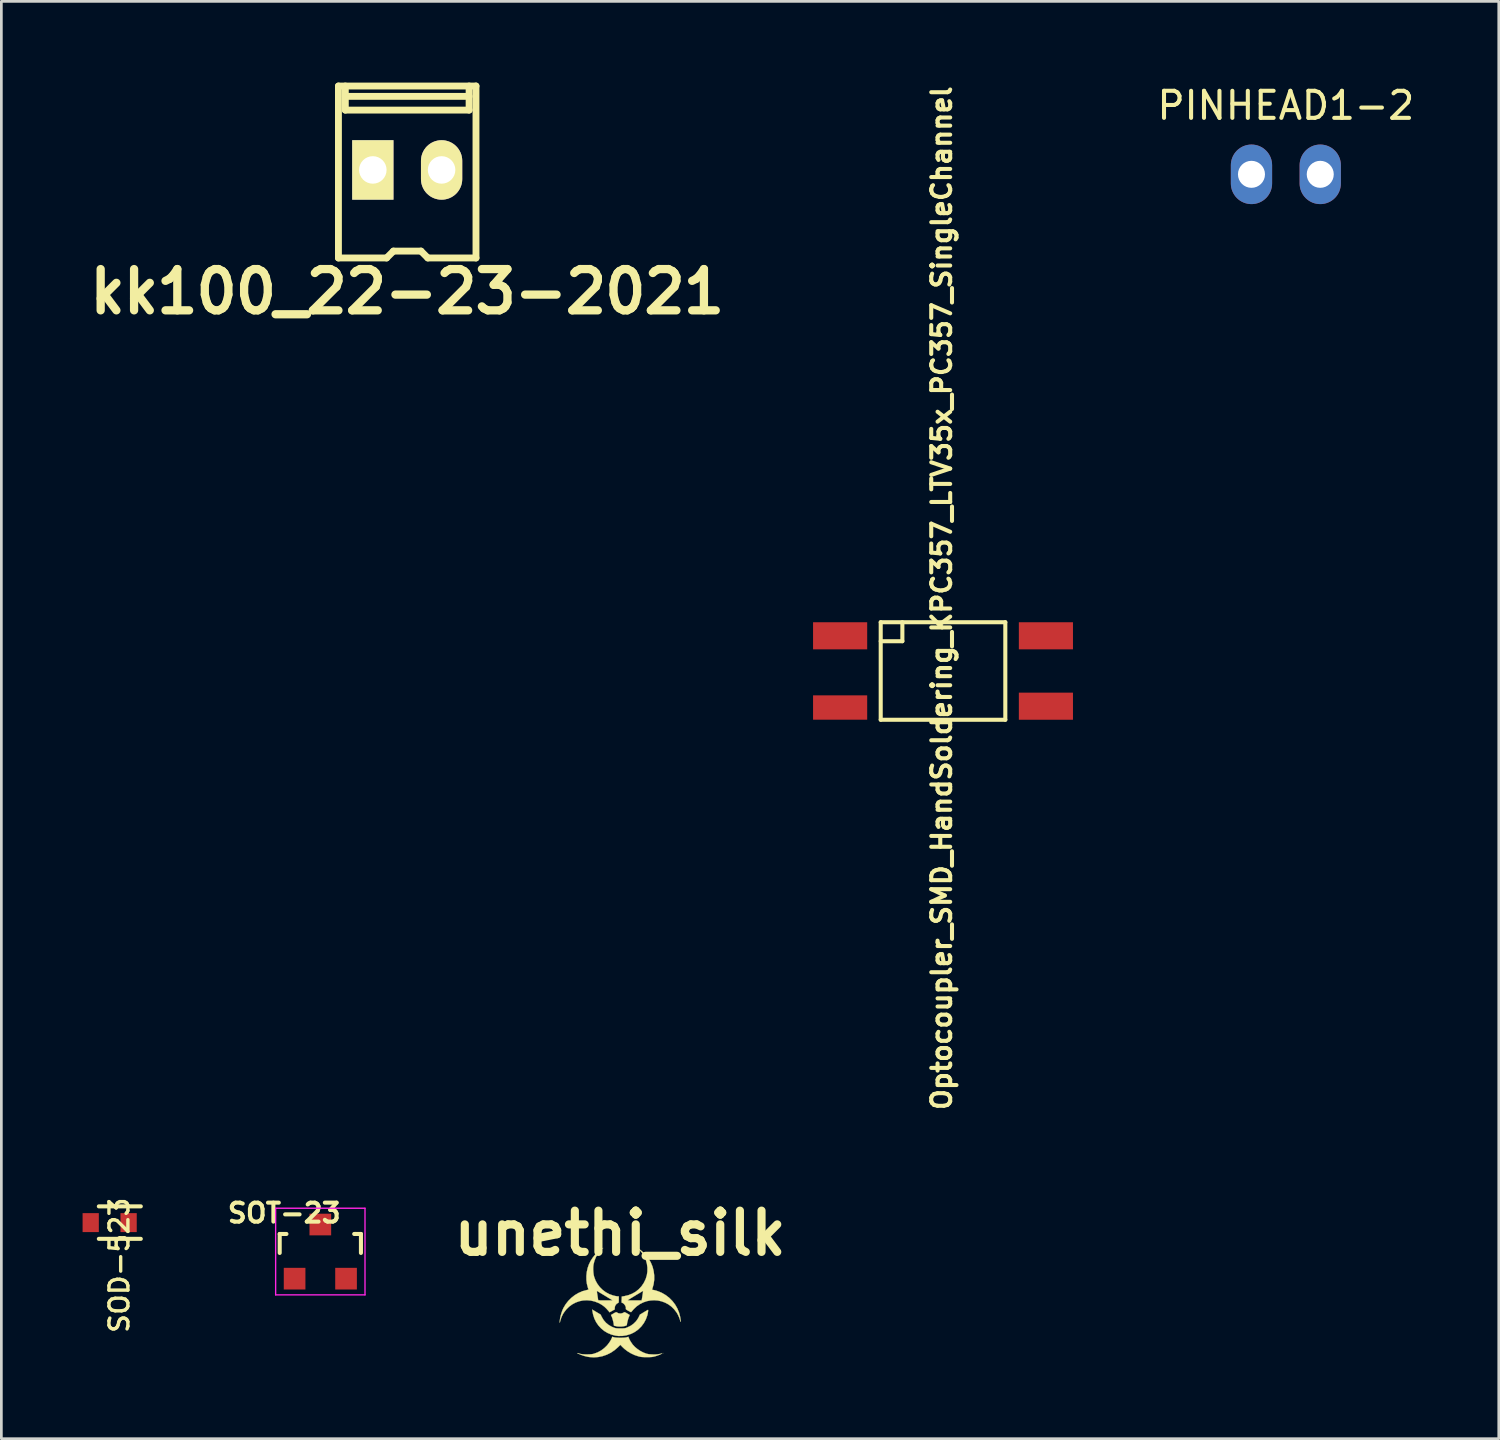
<source format=kicad_pcb>
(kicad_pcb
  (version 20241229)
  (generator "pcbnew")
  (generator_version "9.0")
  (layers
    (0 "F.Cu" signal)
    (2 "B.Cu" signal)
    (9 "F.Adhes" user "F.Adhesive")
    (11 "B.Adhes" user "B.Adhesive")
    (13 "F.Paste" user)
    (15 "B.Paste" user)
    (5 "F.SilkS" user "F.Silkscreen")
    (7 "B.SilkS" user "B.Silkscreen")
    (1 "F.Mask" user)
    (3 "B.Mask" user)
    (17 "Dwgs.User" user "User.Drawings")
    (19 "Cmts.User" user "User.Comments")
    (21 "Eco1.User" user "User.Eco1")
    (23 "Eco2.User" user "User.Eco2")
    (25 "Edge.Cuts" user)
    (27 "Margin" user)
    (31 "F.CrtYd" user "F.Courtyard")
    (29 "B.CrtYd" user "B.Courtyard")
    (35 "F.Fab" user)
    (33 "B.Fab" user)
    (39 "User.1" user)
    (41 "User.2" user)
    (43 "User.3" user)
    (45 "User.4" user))
  (footprint "unethi_silk"
    (layer "F.Cu")
    (at 19.849 45.035)
    (property "Reference" "unethi_silk" (at 0 -2.54 0) (layer "F.SilkS") (effects (font (size 1.524 1.524) (thickness 0.3))))
    (attr through_hole)
    (fp_poly (pts (xy 1.593 1.888) (xy 1.587 1.893) (xy 1.582 1.888) (xy 1.587 1.882) (xy 1.593 1.888)) (stroke (width 0.01) (type solid)) (fill yes) (layer "F.SilkS"))
    (fp_poly (pts (xy -0.627 -1.99) (xy -0.629 -1.986) (xy -0.64 -1.975) (xy -0.642 -1.974) (xy -0.643 -1.982) (xy -0.641 -1.986) (xy -0.63 -1.997) (xy -0.628 -1.997) (xy -0.627 -1.99)) (stroke (width 0.01) (type solid)) (fill yes) (layer "F.SilkS"))
    (fp_poly (pts (xy -0.127 0.38) (xy -0.064 0.414) (xy 0.005 0.426) (xy 0.074 0.417) (xy 0.139 0.388) (xy 0.15 0.38) (xy 0.163 0.376) (xy 0.184 0.381) (xy 0.216 0.396) (xy 0.26 0.422) (xy 0.301 0.446) (xy 0.333 0.465) (xy 0.352 0.477) (xy 0.356 0.479) (xy 0.353 0.491) (xy 0.343 0.515) (xy 0.335 0.532) (xy 0.32 0.567) (xy 0.303 0.616) (xy 0.287 0.673) (xy 0.272 0.73) (xy 0.261 0.782) (xy 0.255 0.821) (xy 0.254 0.831) (xy 0.251 0.85) (xy 0.24 0.863) (xy 0.214 0.875) (xy 0.193 0.882) (xy 0.128 0.897) (xy 0.05 0.906) (xy -0.031 0.907) (xy -0.105 0.901) (xy -0.133 0.895) (xy -0.172 0.886) (xy -0.203 0.88) (xy -0.216 0.878) (xy -0.227 0.867) (xy -0.231 0.84) (xy -0.231 0.839) (xy -0.235 0.802) (xy -0.244 0.751) (xy -0.259 0.692) (xy -0.275 0.632) (xy -0.292 0.578) (xy -0.309 0.537) (xy -0.311 0.532) (xy -0.325 0.502) (xy -0.333 0.483) (xy -0.333 0.479) (xy -0.322 0.472) (xy -0.296 0.457) (xy -0.259 0.435) (xy -0.237 0.422) (xy -0.19 0.395) (xy -0.159 0.381) (xy -0.139 0.376) (xy -0.127 0.38)) (stroke (width 0.01) (type solid)) (fill yes) (layer "F.SilkS"))
    (fp_poly (pts (xy -0.873 0.371) (xy -0.719 0.463) (xy -0.669 0.563) (xy -0.604 0.67) (xy -0.52 0.766) (xy -0.42 0.848) (xy -0.305 0.914) (xy -0.208 0.954) (xy -0.175 0.963) (xy -0.138 0.97) (xy -0.092 0.973) (xy -0.031 0.975) (xy 0.017 0.975) (xy 0.083 0.975) (xy 0.131 0.973) (xy 0.168 0.97) (xy 0.199 0.964) (xy 0.23 0.954) (xy 0.268 0.939) (xy 0.273 0.937) (xy 0.392 0.879) (xy 0.498 0.803) (xy 0.589 0.713) (xy 0.662 0.61) (xy 0.694 0.55) (xy 0.733 0.466) (xy 0.877 0.38) (xy 0.928 0.349) (xy 0.973 0.323) (xy 1.008 0.303) (xy 1.028 0.292) (xy 1.031 0.29) (xy 1.037 0.297) (xy 1.037 0.322) (xy 1.034 0.361) (xy 1.026 0.407) (xy 1.016 0.458) (xy 1.004 0.503) (xy 0.951 0.646) (xy 0.878 0.78) (xy 0.787 0.902) (xy 0.678 1.009) (xy 0.635 1.044) (xy 0.511 1.126) (xy 0.376 1.188) (xy 0.233 1.231) (xy 0.087 1.253) (xy -0.061 1.255) (xy -0.169 1.241) (xy -0.318 1.203) (xy -0.457 1.145) (xy -0.584 1.069) (xy -0.698 0.975) (xy -0.798 0.867) (xy -0.882 0.745) (xy -0.948 0.611) (xy -0.995 0.466) (xy -1.02 0.333) (xy -1.027 0.279) (xy -0.873 0.371)) (stroke (width 0.01) (type solid)) (fill yes) (layer "F.SilkS"))
    (fp_poly (pts (xy 0.323 1.326) (xy 0.343 1.374) (xy 0.375 1.433) (xy 0.414 1.495) (xy 0.455 1.555) (xy 0.48 1.587) (xy 0.555 1.665) (xy 0.646 1.739) (xy 0.748 1.807) (xy 0.855 1.863) (xy 0.961 1.904) (xy 0.987 1.912) (xy 1.053 1.925) (xy 1.134 1.933) (xy 1.223 1.937) (xy 1.311 1.937) (xy 1.391 1.931) (xy 1.441 1.923) (xy 1.487 1.914) (xy 1.527 1.905) (xy 1.552 1.9) (xy 1.556 1.899) (xy 1.556 1.901) (xy 1.538 1.911) (xy 1.507 1.927) (xy 1.49 1.935) (xy 1.438 1.957) (xy 1.375 1.981) (xy 1.312 2.001) (xy 1.294 2.006) (xy 1.25 2.018) (xy 1.21 2.026) (xy 1.17 2.031) (xy 1.124 2.034) (xy 1.066 2.036) (xy 0.991 2.036) (xy 0.987 2.036) (xy 0.912 2.036) (xy 0.853 2.034) (xy 0.807 2.031) (xy 0.767 2.026) (xy 0.727 2.018) (xy 0.683 2.007) (xy 0.676 2.005) (xy 0.538 1.959) (xy 0.403 1.896) (xy 0.275 1.818) (xy 0.16 1.73) (xy 0.077 1.651) (xy 0.012 1.581) (xy -0.073 1.666) (xy -0.201 1.778) (xy -0.34 1.872) (xy -0.488 1.945) (xy -0.643 1.999) (xy -0.804 2.032) (xy -0.967 2.044) (xy -1.131 2.033) (xy -1.183 2.025) (xy -1.24 2.013) (xy -1.301 1.998) (xy -1.351 1.984) (xy -1.392 1.97) (xy -1.438 1.952) (xy -1.484 1.933) (xy -1.526 1.915) (xy -1.558 1.9) (xy -1.576 1.89) (xy -1.579 1.886) (xy -1.567 1.888) (xy -1.539 1.896) (xy -1.501 1.907) (xy -1.5 1.908) (xy -1.447 1.92) (xy -1.378 1.929) (xy -1.297 1.934) (xy -1.212 1.935) (xy -1.129 1.933) (xy -1.052 1.927) (xy -0.989 1.917) (xy -0.97 1.912) (xy -0.829 1.861) (xy -0.702 1.793) (xy -0.586 1.706) (xy -0.5 1.624) (xy -0.451 1.568) (xy -0.403 1.504) (xy -0.359 1.438) (xy -0.324 1.376) (xy -0.301 1.324) (xy -0.3 1.321) (xy -0.288 1.284) (xy -0.222 1.303) (xy -0.175 1.312) (xy -0.113 1.318) (xy -0.04 1.321) (xy 0.037 1.322) (xy 0.112 1.32) (xy 0.179 1.315) (xy 0.231 1.307) (xy 0.249 1.302) (xy 0.308 1.284) (xy 0.323 1.326)) (stroke (width 0.01) (type solid)) (fill yes) (layer "F.SilkS"))
    (fp_poly (pts (xy 0.727 -1.939) (xy 0.802 -1.882) (xy 0.88 -1.81) (xy 0.955 -1.73) (xy 1.022 -1.648) (xy 1.055 -1.602) (xy 1.137 -1.457) (xy 1.2 -1.305) (xy 1.241 -1.146) (xy 1.262 -0.983) (xy 1.262 -0.82) (xy 1.24 -0.658) (xy 1.196 -0.5) (xy 1.196 -0.5) (xy 1.179 -0.453) (xy 1.23 -0.445) (xy 1.291 -0.432) (xy 1.365 -0.41) (xy 1.444 -0.381) (xy 1.52 -0.349) (xy 1.552 -0.334) (xy 1.694 -0.25) (xy 1.823 -0.149) (xy 1.937 -0.033) (xy 2.036 0.097) (xy 2.117 0.239) (xy 2.179 0.39) (xy 2.22 0.547) (xy 2.228 0.596) (xy 2.234 0.642) (xy 2.237 0.681) (xy 2.238 0.711) (xy 2.237 0.728) (xy 2.233 0.73) (xy 2.227 0.713) (xy 2.224 0.699) (xy 2.205 0.631) (xy 2.176 0.554) (xy 2.139 0.474) (xy 2.098 0.401) (xy 2.088 0.386) (xy 1.998 0.268) (xy 1.896 0.168) (xy 1.782 0.085) (xy 1.66 0.021) (xy 1.531 -0.026) (xy 1.397 -0.055) (xy 1.261 -0.065) (xy 1.125 -0.057) (xy 0.99 -0.031) (xy 0.859 0.014) (xy 0.734 0.077) (xy 0.616 0.158) (xy 0.509 0.259) (xy 0.466 0.308) (xy 0.439 0.341) (xy 0.417 0.364) (xy 0.405 0.375) (xy 0.404 0.375) (xy 0.391 0.37) (xy 0.363 0.356) (xy 0.324 0.335) (xy 0.302 0.323) (xy 0.258 0.298) (xy 0.231 0.279) (xy 0.217 0.265) (xy 0.214 0.252) (xy 0.215 0.247) (xy 0.216 0.202) (xy 0.2 0.153) (xy 0.172 0.104) (xy 0.135 0.062) (xy 0.093 0.035) (xy 0.092 0.034) (xy 0.057 0.02) (xy 0.059 -0.064) (xy 0.28 -0.064) (xy 0.289 -0.062) (xy 0.318 -0.061) (xy 0.364 -0.059) (xy 0.423 -0.058) (xy 0.493 -0.058) (xy 0.535 -0.058) (xy 0.796 -0.058) (xy 0.802 -0.084) (xy 0.807 -0.109) (xy 0.814 -0.149) (xy 0.822 -0.197) (xy 0.83 -0.251) (xy 0.838 -0.303) (xy 0.845 -0.35) (xy 0.85 -0.386) (xy 0.852 -0.407) (xy 0.852 -0.41) (xy 0.842 -0.405) (xy 0.815 -0.39) (xy 0.775 -0.366) (xy 0.724 -0.336) (xy 0.665 -0.301) (xy 0.601 -0.263) (xy 0.536 -0.223) (xy 0.473 -0.185) (xy 0.413 -0.148) (xy 0.361 -0.116) (xy 0.32 -0.09) (xy 0.292 -0.072) (xy 0.28 -0.064) (xy 0.059 -0.064) (xy 0.06 -0.091) (xy 0.064 -0.201) (xy 0.15 -0.215) (xy 0.304 -0.251) (xy 0.446 -0.306) (xy 0.576 -0.379) (xy 0.691 -0.471) (xy 0.792 -0.58) (xy 0.877 -0.705) (xy 0.946 -0.846) (xy 0.948 -0.851) (xy 0.989 -0.985) (xy 1.01 -1.126) (xy 1.011 -1.27) (xy 0.992 -1.413) (xy 0.953 -1.552) (xy 0.918 -1.637) (xy 0.877 -1.716) (xy 0.833 -1.785) (xy 0.78 -1.853) (xy 0.728 -1.91) (xy 0.652 -1.99) (xy 0.727 -1.939)) (stroke (width 0.01) (type solid)) (fill yes) (layer "F.SilkS"))
    (fp_poly (pts (xy -0.714 -1.911) (xy -0.812 -1.789) (xy -0.889 -1.661) (xy -0.944 -1.526) (xy -0.98 -1.382) (xy -0.982 -1.368) (xy -0.99 -1.288) (xy -0.991 -1.195) (xy -0.985 -1.099) (xy -0.974 -1.009) (xy -0.958 -0.936) (xy -0.907 -0.796) (xy -0.836 -0.668) (xy -0.748 -0.551) (xy -0.644 -0.448) (xy -0.527 -0.361) (xy -0.398 -0.292) (xy -0.259 -0.242) (xy -0.194 -0.226) (xy -0.147 -0.217) (xy -0.106 -0.211) (xy -0.078 -0.208) (xy -0.076 -0.208) (xy -0.046 -0.208) (xy -0.046 -0.092) (xy -0.047 -0.038) (xy -0.049 -0.003) (xy -0.053 0.017) (xy -0.06 0.028) (xy -0.066 0.031) (xy -0.12 0.062) (xy -0.162 0.109) (xy -0.189 0.168) (xy -0.196 0.223) (xy -0.196 0.273) (xy -0.292 0.327) (xy -0.387 0.381) (xy -0.421 0.338) (xy -0.501 0.247) (xy -0.579 0.173) (xy -0.662 0.111) (xy -0.755 0.056) (xy -0.797 0.035) (xy -0.939 -0.02) (xy -1.082 -0.053) (xy -1.226 -0.065) (xy -1.368 -0.057) (xy -1.507 -0.028) (xy -1.64 0.02) (xy -1.766 0.087) (xy -1.881 0.172) (xy -1.985 0.274) (xy -2.075 0.393) (xy -2.117 0.463) (xy -2.154 0.54) (xy -2.187 0.627) (xy -2.211 0.71) (xy -2.217 0.733) (xy -2.222 0.76) (xy -2.225 0.765) (xy -2.227 0.751) (xy -2.227 0.745) (xy -2.224 0.675) (xy -2.211 0.59) (xy -2.19 0.498) (xy -2.163 0.403) (xy -2.131 0.312) (xy -2.095 0.231) (xy -2.093 0.226) (xy -2.011 0.087) (xy -1.912 -0.04) (xy -1.798 -0.154) (xy -1.672 -0.253) (xy -1.535 -0.334) (xy -1.398 -0.394) (xy -0.855 -0.394) (xy -0.854 -0.371) (xy -0.849 -0.334) (xy -0.84 -0.278) (xy -0.835 -0.25) (xy -0.826 -0.191) (xy -0.818 -0.139) (xy -0.812 -0.099) (xy -0.809 -0.076) (xy -0.808 -0.072) (xy -0.803 -0.067) (xy -0.786 -0.064) (xy -0.754 -0.061) (xy -0.707 -0.059) (xy -0.641 -0.058) (xy -0.554 -0.058) (xy -0.541 -0.058) (xy -0.465 -0.058) (xy -0.398 -0.058) (xy -0.343 -0.059) (xy -0.303 -0.06) (xy -0.281 -0.061) (xy -0.278 -0.062) (xy -0.289 -0.069) (xy -0.317 -0.086) (xy -0.358 -0.112) (xy -0.41 -0.143) (xy -0.469 -0.179) (xy -0.532 -0.218) (xy -0.597 -0.257) (xy -0.66 -0.295) (xy -0.719 -0.33) (xy -0.769 -0.36) (xy -0.808 -0.384) (xy -0.833 -0.399) (xy -0.84 -0.402) (xy -0.848 -0.406) (xy -0.854 -0.404) (xy -0.855 -0.394) (xy -1.398 -0.394) (xy -1.392 -0.397) (xy -1.243 -0.438) (xy -1.238 -0.439) (xy -1.201 -0.448) (xy -1.175 -0.456) (xy -1.166 -0.462) (xy -1.17 -0.476) (xy -1.179 -0.505) (xy -1.19 -0.538) (xy -1.224 -0.67) (xy -1.242 -0.813) (xy -1.243 -0.962) (xy -1.228 -1.111) (xy -1.196 -1.256) (xy -1.152 -1.383) (xy -1.089 -1.513) (xy -1.009 -1.638) (xy -0.917 -1.754) (xy -0.816 -1.856) (xy -0.71 -1.94) (xy -0.71 -1.94) (xy -0.652 -1.979) (xy -0.714 -1.911)) (stroke (width 0.01) (type solid)) (fill yes) (layer "F.SilkS")))
  (footprint "PINHEAD1-2"
    (layer "F.Cu")
    (at 44.439 3.388)
    (property "Reference" "PINHEAD1-2" (at 0 -2.54 0) (layer "F.SilkS") (effects (font (size 1 1) (thickness 0.15))))
    (attr exclude_from_pos_files exclude_from_bom)
    (pad "1" thru_hole oval (at -1.27 0) (size 1.524 2.2) (drill 0.998) (layers "*.Cu" "*.Mask"))
    (pad "2" thru_hole oval (at 1.27 0) (size 1.524 2.2) (drill 0.998) (layers "*.Cu" "*.Mask")))
  (footprint "kk100_22-23-2021"
    (layer "F.Cu")
    (at 11.989 3.302)
    (property "Reference" "kk100_22-23-2021" (at 0 4.42 0) (layer "F.SilkS") (effects (font (size 1.524 1.524) (thickness 0.305))))
    (attr through_hole)
    (fp_line (start -2.54 -3.175) (end 2.54 -3.175) (stroke (width 0.254) (type solid)) (layer "F.SilkS"))
    (fp_line (start -2.54 3.175) (end -2.54 -3.175) (stroke (width 0.254) (type solid)) (layer "F.SilkS"))
    (fp_line (start -2.286 -2.286) (end -2.286 -3.175) (stroke (width 0.254) (type solid)) (layer "F.SilkS"))
    (fp_line (start -2.286 -2.286) (end 2.286 -2.286) (stroke (width 0.254) (type solid)) (layer "F.SilkS"))
    (fp_line (start -0.762 3.175) (end -2.54 3.175) (stroke (width 0.254) (type solid)) (layer "F.SilkS"))
    (fp_line (start -0.508 2.921) (end -0.762 3.175) (stroke (width 0.254) (type solid)) (layer "F.SilkS"))
    (fp_line (start -0.508 2.921) (end 0.508 2.921) (stroke (width 0.254) (type solid)) (layer "F.SilkS"))
    (fp_line (start 0.508 2.921) (end 0.762 3.175) (stroke (width 0.254) (type solid)) (layer "F.SilkS"))
    (fp_line (start 0.762 3.175) (end 2.54 3.175) (stroke (width 0.254) (type solid)) (layer "F.SilkS"))
    (fp_line (start 2.286 -2.794) (end -2.286 -2.794) (stroke (width 0.254) (type solid)) (layer "F.SilkS"))
    (fp_line (start 2.286 -2.286) (end 2.286 -3.175) (stroke (width 0.254) (type solid)) (layer "F.SilkS"))
    (fp_line (start 2.54 -3.175) (end 2.54 3.175) (stroke (width 0.254) (type solid)) (layer "F.SilkS"))
    (pad "1" thru_hole rect (at -1.27 -0.076) (size 1.524 2.197) (drill 1.016) (layers "*.Cu" "*.Mask" "F.SilkS"))
    (pad "2" thru_hole oval (at 1.27 -0.076) (size 1.524 2.197) (drill 1.016) (layers "*.Cu" "*.Mask" "F.SilkS")))
  (footprint "SOT-23"
    (layer "F.Cu")
    (at 8.78 43.172)
    (property "Reference" "SOT-23" (at -1.333 -1.422 0) (layer "F.SilkS") (effects (font (size 0.7 0.7) (thickness 0.15))))
    (attr smd)
    (fp_line (start -1.5 -0.65) (end -1.251 -0.65) (stroke (width 0.15) (type solid)) (layer "F.SilkS"))
    (fp_line (start -1.5 0.051) (end -1.5 -0.65) (stroke (width 0.15) (type solid)) (layer "F.SilkS"))
    (fp_line (start 1.299 -0.65) (end 1.251 -0.65) (stroke (width 0.15) (type solid)) (layer "F.SilkS"))
    (fp_line (start 1.299 -0.65) (end 1.5 -0.65) (stroke (width 0.15) (type solid)) (layer "F.SilkS"))
    (fp_line (start 1.5 -0.65) (end 1.5 0.051) (stroke (width 0.15) (type solid)) (layer "F.SilkS"))
    (fp_line (start -1.65 -1.6) (end 1.65 -1.6) (stroke (width 0.05) (type solid)) (layer "F.CrtYd"))
    (fp_line (start -1.65 1.6) (end -1.65 -1.6) (stroke (width 0.05) (type solid)) (layer "F.CrtYd"))
    (fp_line (start 1.65 -1.6) (end 1.65 1.6) (stroke (width 0.05) (type solid)) (layer "F.CrtYd"))
    (fp_line (start 1.65 1.6) (end -1.65 1.6) (stroke (width 0.05) (type solid)) (layer "F.CrtYd"))
    (pad "1" smd rect (at -0.95 1.001) (size 0.8 0.8) (layers "F.Cu" "F.Mask" "F.Paste"))
    (pad "2" smd rect (at 0.95 1.001) (size 0.8 0.8) (layers "F.Cu" "F.Mask" "F.Paste"))
    (pad "3" smd rect (at 0 -0.998) (size 0.8 0.8) (layers "F.Cu" "F.Mask" "F.Paste")))
  (footprint "SOD-523"
    (layer "F.Cu")
    (at 1 42.103)
    (property "Reference" "SOD-523" (at 0.356 1.575 270) (layer "F.SilkS") (effects (font (size 0.7 0.7) (thickness 0.125))))
    (attr smd)
    (fp_line (start -0.4 -0.6) (end 1.15 -0.6) (stroke (width 0.15) (type solid)) (layer "F.SilkS"))
    (fp_line (start -0.4 0.6) (end 1.15 0.6) (stroke (width 0.15) (type solid)) (layer "F.SilkS"))
    (pad "1" smd rect (at 0.7 0) (size 0.6 0.7) (layers "F.Cu" "F.Mask" "F.Paste"))
    (pad "2" smd rect (at -0.7 0) (size 0.6 0.7) (layers "F.Cu" "F.Mask" "F.Paste")))
  (footprint "Optocoupler_SMD_HandSoldering_KPC357_LTV35x_PC357_SingleChannel"
    (layer "F.Cu")
    (at 31.777 21.731)
    (property "Reference" "Optocoupler_SMD_HandSoldering_KPC357_LTV35x_PC357_SingleChannel" (at -0.051 -2.692 270) (layer "F.SilkS") (effects (font (size 0.7 0.7) (thickness 0.15))))
    (attr through_hole)
    (fp_line (start -2.301 -1.801) (end -2.301 1.801) (stroke (width 0.15) (type solid)) (layer "F.SilkS"))
    (fp_line (start -2.301 1.801) (end 2.301 1.801) (stroke (width 0.15) (type solid)) (layer "F.SilkS"))
    (fp_line (start -1.501 -1.801) (end -1.501 -1.1) (stroke (width 0.15) (type solid)) (layer "F.SilkS"))
    (fp_line (start -1.501 -1.1) (end -2.301 -1.1) (stroke (width 0.15) (type solid)) (layer "F.SilkS"))
    (fp_line (start 2.301 -1.801) (end -2.301 -1.801) (stroke (width 0.15) (type solid)) (layer "F.SilkS"))
    (fp_line (start 2.301 1.801) (end 2.301 -1.801) (stroke (width 0.15) (type solid)) (layer "F.SilkS"))
    (pad "1" smd rect (at -3.8 -1.3) (size 1.999 1.001) (layers "F.Cu" "F.Mask" "F.Paste"))
    (pad "2" smd rect (at -3.8 1.349) (size 1.999 0.899) (layers "F.Cu" "F.Mask" "F.Paste"))
    (pad "3" smd rect (at 3.8 1.3) (size 1.999 1.001) (layers "F.Cu" "F.Mask" "F.Paste"))
    (pad "4" smd rect (at 3.8 -1.3) (size 1.999 1.001) (layers "F.Cu" "F.Mask" "F.Paste")))
  (gr_rect
    (start -3 -3)
    (end 52.302 50.083)
    (stroke (width 0.1) (type default))
    (fill no)
    (layer "Edge.Cuts")))
</source>
